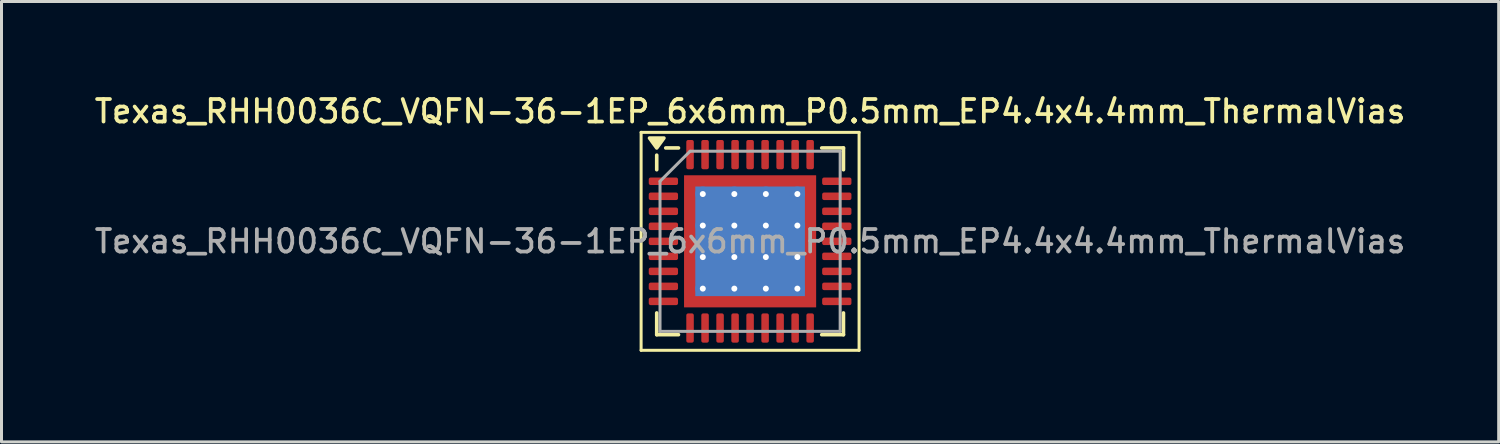
<source format=kicad_pcb>
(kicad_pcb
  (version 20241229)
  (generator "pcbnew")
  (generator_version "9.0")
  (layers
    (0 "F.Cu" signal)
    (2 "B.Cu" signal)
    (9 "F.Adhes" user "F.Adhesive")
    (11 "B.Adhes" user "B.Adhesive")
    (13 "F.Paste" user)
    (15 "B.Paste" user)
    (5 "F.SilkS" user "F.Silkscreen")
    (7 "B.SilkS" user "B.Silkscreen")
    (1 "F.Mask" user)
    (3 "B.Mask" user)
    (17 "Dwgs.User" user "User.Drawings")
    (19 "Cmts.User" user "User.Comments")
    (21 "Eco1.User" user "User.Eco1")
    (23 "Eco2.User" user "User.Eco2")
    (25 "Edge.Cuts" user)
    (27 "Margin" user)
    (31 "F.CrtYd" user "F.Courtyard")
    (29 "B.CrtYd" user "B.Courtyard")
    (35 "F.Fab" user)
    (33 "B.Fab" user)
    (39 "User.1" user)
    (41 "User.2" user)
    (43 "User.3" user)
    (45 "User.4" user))
  (footprint "Texas_RHH0036C_VQFN-36-1EP_6x6mm_P0.5mm_EP4.4x4.4mm_ThermalVias"
    (layer "F.Cu")
    (at 21.934 4.988)
    (property "Reference" "Texas_RHH0036C_VQFN-36-1EP_6x6mm_P0.5mm_EP4.4x4.4mm_ThermalVias" (at 0 -4.33 0) (layer "F.SilkS") (effects (font (size 0.75 0.75) (thickness 0.125))))
    (attr smd)
    (fp_line (start -3.63 -3.63) (end -3.63 3.63) (stroke (width 0.1) (type solid)) (layer "F.SilkS"))
    (fp_line (start -3.63 3.63) (end 3.63 3.63) (stroke (width 0.1) (type solid)) (layer "F.SilkS"))
    (fp_line (start -3.11 -2.385) (end -3.11 -2.87) (stroke (width 0.12) (type solid)) (layer "F.SilkS"))
    (fp_line (start -3.11 3.11) (end -3.11 2.385) (stroke (width 0.12) (type solid)) (layer "F.SilkS"))
    (fp_line (start -2.385 -3.11) (end -2.81 -3.11) (stroke (width 0.12) (type solid)) (layer "F.SilkS"))
    (fp_line (start -2.385 3.11) (end -3.11 3.11) (stroke (width 0.12) (type solid)) (layer "F.SilkS"))
    (fp_line (start 2.385 -3.11) (end 3.11 -3.11) (stroke (width 0.12) (type solid)) (layer "F.SilkS"))
    (fp_line (start 2.385 3.11) (end 3.11 3.11) (stroke (width 0.12) (type solid)) (layer "F.SilkS"))
    (fp_line (start 3.11 -3.11) (end 3.11 -2.385) (stroke (width 0.12) (type solid)) (layer "F.SilkS"))
    (fp_line (start 3.11 3.11) (end 3.11 2.385) (stroke (width 0.12) (type solid)) (layer "F.SilkS"))
    (fp_line (start 3.63 -3.63) (end -3.63 -3.63) (stroke (width 0.1) (type solid)) (layer "F.SilkS"))
    (fp_line (start 3.63 3.63) (end 3.63 -3.63) (stroke (width 0.1) (type solid)) (layer "F.SilkS"))
    (fp_poly (pts (xy -3.11 -3.11) (xy -3.35 -3.44) (xy -2.87 -3.44) (xy -3.11 -3.11)) (stroke (width 0.12) (type solid)) (fill yes) (layer "F.SilkS"))
    (fp_line (start -3 -2) (end -2 -3) (stroke (width 0.1) (type solid)) (layer "F.Fab"))
    (fp_line (start -3 3) (end -3 -2) (stroke (width 0.1) (type solid)) (layer "F.Fab"))
    (fp_line (start -2 -3) (end 3 -3) (stroke (width 0.1) (type solid)) (layer "F.Fab"))
    (fp_line (start 3 -3) (end 3 3) (stroke (width 0.1) (type solid)) (layer "F.Fab"))
    (fp_line (start 3 3) (end -3 3) (stroke (width 0.1) (type solid)) (layer "F.Fab"))
    (fp_text user "${REFERENCE}" (at 0 0 0) (layer "F.Fab") (effects (font (size 0.75 0.75) (thickness 0.125))))
    (pad "" smd custom (at -1.887 -1.887) (size 0.39 0.39) (layers "F.Paste") (options (anchor circle)) (primitives (gr_poly (pts (xy -0.138 -0.138) (xy 0.138 -0.138) (xy 0.138 0.043) (xy 0.043 0.138) (xy -0.138 0.138)) (width 0.229) (fill yes))))
    (pad "" smd custom (at -1.887 -1.05) (size 0.419 0.419) (layers "F.Paste") (options (anchor circle)) (primitives (gr_poly (pts (xy -0.167 -0.338) (xy 0.096 -0.338) (xy 0.167 -0.267) (xy 0.167 0.267) (xy 0.096 0.338) (xy -0.167 0.338)) (width 0.17) (fill yes))))
    (pad "" smd custom (at -1.887 0) (size 0.419 0.419) (layers "F.Paste") (options (anchor circle)) (primitives (gr_poly (pts (xy -0.167 -0.338) (xy 0.096 -0.338) (xy 0.167 -0.267) (xy 0.167 0.267) (xy 0.096 0.338) (xy -0.167 0.338)) (width 0.17) (fill yes))))
    (pad "" smd custom (at -1.887 1.05) (size 0.419 0.419) (layers "F.Paste") (options (anchor circle)) (primitives (gr_poly (pts (xy -0.167 -0.338) (xy 0.096 -0.338) (xy 0.167 -0.267) (xy 0.167 0.267) (xy 0.096 0.338) (xy -0.167 0.338)) (width 0.17) (fill yes))))
    (pad "" smd custom (at -1.887 1.887) (size 0.39 0.39) (layers "F.Paste") (options (anchor circle)) (primitives (gr_poly (pts (xy -0.138 -0.138) (xy 0.043 -0.138) (xy 0.138 -0.043) (xy 0.138 0.138) (xy -0.138 0.138)) (width 0.229) (fill yes))))
    (pad "" smd custom (at -1.05 -1.887) (size 0.419 0.419) (layers "F.Paste") (options (anchor circle)) (primitives (gr_poly (pts (xy -0.338 -0.167) (xy 0.338 -0.167) (xy 0.338 0.096) (xy 0.267 0.167) (xy -0.267 0.167) (xy -0.338 0.096)) (width 0.17) (fill yes))))
    (pad "" smd roundrect (at -1.05 -1.05) (size 0.847 0.847) (layers "F.Paste") (roundrect_rratio 0.25))
    (pad "" smd roundrect (at -1.05 0) (size 0.847 0.847) (layers "F.Paste") (roundrect_rratio 0.25))
    (pad "" smd roundrect (at -1.05 1.05) (size 0.847 0.847) (layers "F.Paste") (roundrect_rratio 0.25))
    (pad "" smd custom (at -1.05 1.887) (size 0.419 0.419) (layers "F.Paste") (options (anchor circle)) (primitives (gr_poly (pts (xy -0.338 -0.096) (xy -0.267 -0.167) (xy 0.267 -0.167) (xy 0.338 -0.096) (xy 0.338 0.167) (xy -0.338 0.167)) (width 0.17) (fill yes))))
    (pad "" smd custom (at 0 -1.887) (size 0.419 0.419) (layers "F.Paste") (options (anchor circle)) (primitives (gr_poly (pts (xy -0.338 -0.167) (xy 0.338 -0.167) (xy 0.338 0.096) (xy 0.267 0.167) (xy -0.267 0.167) (xy -0.338 0.096)) (width 0.17) (fill yes))))
    (pad "" smd roundrect (at 0 -1.05) (size 0.847 0.847) (layers "F.Paste") (roundrect_rratio 0.25))
    (pad "" smd roundrect (at 0 0) (size 0.847 0.847) (layers "F.Paste") (roundrect_rratio 0.25))
    (pad "" smd roundrect (at 0 1.05) (size 0.847 0.847) (layers "F.Paste") (roundrect_rratio 0.25))
    (pad "" smd custom (at 0 1.887) (size 0.419 0.419) (layers "F.Paste") (options (anchor circle)) (primitives (gr_poly (pts (xy -0.338 -0.096) (xy -0.267 -0.167) (xy 0.267 -0.167) (xy 0.338 -0.096) (xy 0.338 0.167) (xy -0.338 0.167)) (width 0.17) (fill yes))))
    (pad "" smd custom (at 1.05 -1.887) (size 0.419 0.419) (layers "F.Paste") (options (anchor circle)) (primitives (gr_poly (pts (xy -0.338 -0.167) (xy 0.338 -0.167) (xy 0.338 0.096) (xy 0.267 0.167) (xy -0.267 0.167) (xy -0.338 0.096)) (width 0.17) (fill yes))))
    (pad "" smd roundrect (at 1.05 -1.05) (size 0.847 0.847) (layers "F.Paste") (roundrect_rratio 0.25))
    (pad "" smd roundrect (at 1.05 0) (size 0.847 0.847) (layers "F.Paste") (roundrect_rratio 0.25))
    (pad "" smd roundrect (at 1.05 1.05) (size 0.847 0.847) (layers "F.Paste") (roundrect_rratio 0.25))
    (pad "" smd custom (at 1.05 1.887) (size 0.419 0.419) (layers "F.Paste") (options (anchor circle)) (primitives (gr_poly (pts (xy -0.338 -0.096) (xy -0.267 -0.167) (xy 0.267 -0.167) (xy 0.338 -0.096) (xy 0.338 0.167) (xy -0.338 0.167)) (width 0.17) (fill yes))))
    (pad "" smd custom (at 1.887 -1.887) (size 0.39 0.39) (layers "F.Paste") (options (anchor circle)) (primitives (gr_poly (pts (xy -0.138 -0.138) (xy 0.138 -0.138) (xy 0.138 0.138) (xy -0.043 0.138) (xy -0.138 0.043)) (width 0.229) (fill yes))))
    (pad "" smd custom (at 1.887 -1.05) (size 0.419 0.419) (layers "F.Paste") (options (anchor circle)) (primitives (gr_poly (pts (xy -0.167 -0.267) (xy -0.096 -0.338) (xy 0.167 -0.338) (xy 0.167 0.338) (xy -0.096 0.338) (xy -0.167 0.267)) (width 0.17) (fill yes))))
    (pad "" smd custom (at 1.887 0) (size 0.419 0.419) (layers "F.Paste") (options (anchor circle)) (primitives (gr_poly (pts (xy -0.167 -0.267) (xy -0.096 -0.338) (xy 0.167 -0.338) (xy 0.167 0.338) (xy -0.096 0.338) (xy -0.167 0.267)) (width 0.17) (fill yes))))
    (pad "" smd custom (at 1.887 1.05) (size 0.419 0.419) (layers "F.Paste") (options (anchor circle)) (primitives (gr_poly (pts (xy -0.167 -0.267) (xy -0.096 -0.338) (xy 0.167 -0.338) (xy 0.167 0.338) (xy -0.096 0.338) (xy -0.167 0.267)) (width 0.17) (fill yes))))
    (pad "" smd custom (at 1.887 1.887) (size 0.39 0.39) (layers "F.Paste") (options (anchor circle)) (primitives (gr_poly (pts (xy -0.138 -0.043) (xy -0.043 -0.138) (xy 0.138 -0.138) (xy 0.138 0.138) (xy -0.138 0.138)) (width 0.229) (fill yes))))
    (pad "1" smd roundrect (at -2.888 -2) (size 0.975 0.25) (layers "F.Cu" "F.Mask" "F.Paste") (roundrect_rratio 0.25))
    (pad "2" smd roundrect (at -2.888 -1.5) (size 0.975 0.25) (layers "F.Cu" "F.Mask" "F.Paste") (roundrect_rratio 0.25))
    (pad "3" smd roundrect (at -2.888 -1) (size 0.975 0.25) (layers "F.Cu" "F.Mask" "F.Paste") (roundrect_rratio 0.25))
    (pad "4" smd roundrect (at -2.888 -0.5) (size 0.975 0.25) (layers "F.Cu" "F.Mask" "F.Paste") (roundrect_rratio 0.25))
    (pad "5" smd roundrect (at -2.888 0) (size 0.975 0.25) (layers "F.Cu" "F.Mask" "F.Paste") (roundrect_rratio 0.25))
    (pad "6" smd roundrect (at -2.888 0.5) (size 0.975 0.25) (layers "F.Cu" "F.Mask" "F.Paste") (roundrect_rratio 0.25))
    (pad "7" smd roundrect (at -2.888 1) (size 0.975 0.25) (layers "F.Cu" "F.Mask" "F.Paste") (roundrect_rratio 0.25))
    (pad "8" smd roundrect (at -2.888 1.5) (size 0.975 0.25) (layers "F.Cu" "F.Mask" "F.Paste") (roundrect_rratio 0.25))
    (pad "9" smd roundrect (at -2.888 2) (size 0.975 0.25) (layers "F.Cu" "F.Mask" "F.Paste") (roundrect_rratio 0.25))
    (pad "10" smd roundrect (at -2 2.888) (size 0.25 0.975) (layers "F.Cu" "F.Mask" "F.Paste") (roundrect_rratio 0.25))
    (pad "11" smd roundrect (at -1.5 2.888) (size 0.25 0.975) (layers "F.Cu" "F.Mask" "F.Paste") (roundrect_rratio 0.25))
    (pad "12" smd roundrect (at -1 2.888) (size 0.25 0.975) (layers "F.Cu" "F.Mask" "F.Paste") (roundrect_rratio 0.25))
    (pad "13" smd roundrect (at -0.5 2.888) (size 0.25 0.975) (layers "F.Cu" "F.Mask" "F.Paste") (roundrect_rratio 0.25))
    (pad "14" smd roundrect (at 0 2.888) (size 0.25 0.975) (layers "F.Cu" "F.Mask" "F.Paste") (roundrect_rratio 0.25))
    (pad "15" smd roundrect (at 0.5 2.888) (size 0.25 0.975) (layers "F.Cu" "F.Mask" "F.Paste") (roundrect_rratio 0.25))
    (pad "16" smd roundrect (at 1 2.888) (size 0.25 0.975) (layers "F.Cu" "F.Mask" "F.Paste") (roundrect_rratio 0.25))
    (pad "17" smd roundrect (at 1.5 2.888) (size 0.25 0.975) (layers "F.Cu" "F.Mask" "F.Paste") (roundrect_rratio 0.25))
    (pad "18" smd roundrect (at 2 2.888) (size 0.25 0.975) (layers "F.Cu" "F.Mask" "F.Paste") (roundrect_rratio 0.25))
    (pad "19" smd roundrect (at 2.888 2) (size 0.975 0.25) (layers "F.Cu" "F.Mask" "F.Paste") (roundrect_rratio 0.25))
    (pad "20" smd roundrect (at 2.888 1.5) (size 0.975 0.25) (layers "F.Cu" "F.Mask" "F.Paste") (roundrect_rratio 0.25))
    (pad "21" smd roundrect (at 2.888 1) (size 0.975 0.25) (layers "F.Cu" "F.Mask" "F.Paste") (roundrect_rratio 0.25))
    (pad "22" smd roundrect (at 2.888 0.5) (size 0.975 0.25) (layers "F.Cu" "F.Mask" "F.Paste") (roundrect_rratio 0.25))
    (pad "23" smd roundrect (at 2.888 0) (size 0.975 0.25) (layers "F.Cu" "F.Mask" "F.Paste") (roundrect_rratio 0.25))
    (pad "24" smd roundrect (at 2.888 -0.5) (size 0.975 0.25) (layers "F.Cu" "F.Mask" "F.Paste") (roundrect_rratio 0.25))
    (pad "25" smd roundrect (at 2.888 -1) (size 0.975 0.25) (layers "F.Cu" "F.Mask" "F.Paste") (roundrect_rratio 0.25))
    (pad "26" smd roundrect (at 2.888 -1.5) (size 0.975 0.25) (layers "F.Cu" "F.Mask" "F.Paste") (roundrect_rratio 0.25))
    (pad "27" smd roundrect (at 2.888 -2) (size 0.975 0.25) (layers "F.Cu" "F.Mask" "F.Paste") (roundrect_rratio 0.25))
    (pad "28" smd roundrect (at 2 -2.888) (size 0.25 0.975) (layers "F.Cu" "F.Mask" "F.Paste") (roundrect_rratio 0.25))
    (pad "29" smd roundrect (at 1.5 -2.888) (size 0.25 0.975) (layers "F.Cu" "F.Mask" "F.Paste") (roundrect_rratio 0.25))
    (pad "30" smd roundrect (at 1 -2.888) (size 0.25 0.975) (layers "F.Cu" "F.Mask" "F.Paste") (roundrect_rratio 0.25))
    (pad "31" smd roundrect (at 0.5 -2.888) (size 0.25 0.975) (layers "F.Cu" "F.Mask" "F.Paste") (roundrect_rratio 0.25))
    (pad "32" smd roundrect (at 0 -2.888) (size 0.25 0.975) (layers "F.Cu" "F.Mask" "F.Paste") (roundrect_rratio 0.25))
    (pad "33" smd roundrect (at -0.5 -2.888) (size 0.25 0.975) (layers "F.Cu" "F.Mask" "F.Paste") (roundrect_rratio 0.25))
    (pad "34" smd roundrect (at -1 -2.888) (size 0.25 0.975) (layers "F.Cu" "F.Mask" "F.Paste") (roundrect_rratio 0.25))
    (pad "35" smd roundrect (at -1.5 -2.888) (size 0.25 0.975) (layers "F.Cu" "F.Mask" "F.Paste") (roundrect_rratio 0.25))
    (pad "36" smd roundrect (at -2 -2.888) (size 0.25 0.975) (layers "F.Cu" "F.Mask" "F.Paste") (roundrect_rratio 0.25))
    (pad "37" thru_hole circle (at -1.575 -1.575) (size 0.5 0.5) (drill 0.2) (property pad_prop_heatsink) (layers "*.Cu"))
    (pad "37" thru_hole circle (at -1.575 -0.525) (size 0.5 0.5) (drill 0.2) (property pad_prop_heatsink) (layers "*.Cu"))
    (pad "37" thru_hole circle (at -1.575 0.525) (size 0.5 0.5) (drill 0.2) (property pad_prop_heatsink) (layers "*.Cu"))
    (pad "37" thru_hole circle (at -1.575 1.575) (size 0.5 0.5) (drill 0.2) (property pad_prop_heatsink) (layers "*.Cu"))
    (pad "37" thru_hole circle (at -0.525 -1.575) (size 0.5 0.5) (drill 0.2) (property pad_prop_heatsink) (layers "*.Cu"))
    (pad "37" thru_hole circle (at -0.525 -0.525) (size 0.5 0.5) (drill 0.2) (property pad_prop_heatsink) (layers "*.Cu"))
    (pad "37" thru_hole circle (at -0.525 0.525) (size 0.5 0.5) (drill 0.2) (property pad_prop_heatsink) (layers "*.Cu"))
    (pad "37" thru_hole circle (at -0.525 1.575) (size 0.5 0.5) (drill 0.2) (property pad_prop_heatsink) (layers "*.Cu"))
    (pad "37" smd rect (at 0 0) (size 3.65 3.65) (property pad_prop_heatsink) (layers "B.Cu"))
    (pad "37" smd rect (at 0 0) (size 4.4 4.4) (property pad_prop_heatsink) (layers "F.Cu" "F.Mask"))
    (pad "37" thru_hole circle (at 0.525 -1.575) (size 0.5 0.5) (drill 0.2) (property pad_prop_heatsink) (layers "*.Cu"))
    (pad "37" thru_hole circle (at 0.525 -0.525) (size 0.5 0.5) (drill 0.2) (property pad_prop_heatsink) (layers "*.Cu"))
    (pad "37" thru_hole circle (at 0.525 0.525) (size 0.5 0.5) (drill 0.2) (property pad_prop_heatsink) (layers "*.Cu"))
    (pad "37" thru_hole circle (at 0.525 1.575) (size 0.5 0.5) (drill 0.2) (property pad_prop_heatsink) (layers "*.Cu"))
    (pad "37" thru_hole circle (at 1.575 -1.575) (size 0.5 0.5) (drill 0.2) (property pad_prop_heatsink) (layers "*.Cu"))
    (pad "37" thru_hole circle (at 1.575 -0.525) (size 0.5 0.5) (drill 0.2) (property pad_prop_heatsink) (layers "*.Cu"))
    (pad "37" thru_hole circle (at 1.575 0.525) (size 0.5 0.5) (drill 0.2) (property pad_prop_heatsink) (layers "*.Cu"))
    (pad "37" thru_hole circle (at 1.575 1.575) (size 0.5 0.5) (drill 0.2) (property pad_prop_heatsink) (layers "*.Cu")))
  (gr_rect
    (start -3 -3)
    (end 46.868 11.668)
    (stroke (width 0.1) (type default))
    (fill no)
    (layer "Edge.Cuts")))
</source>
